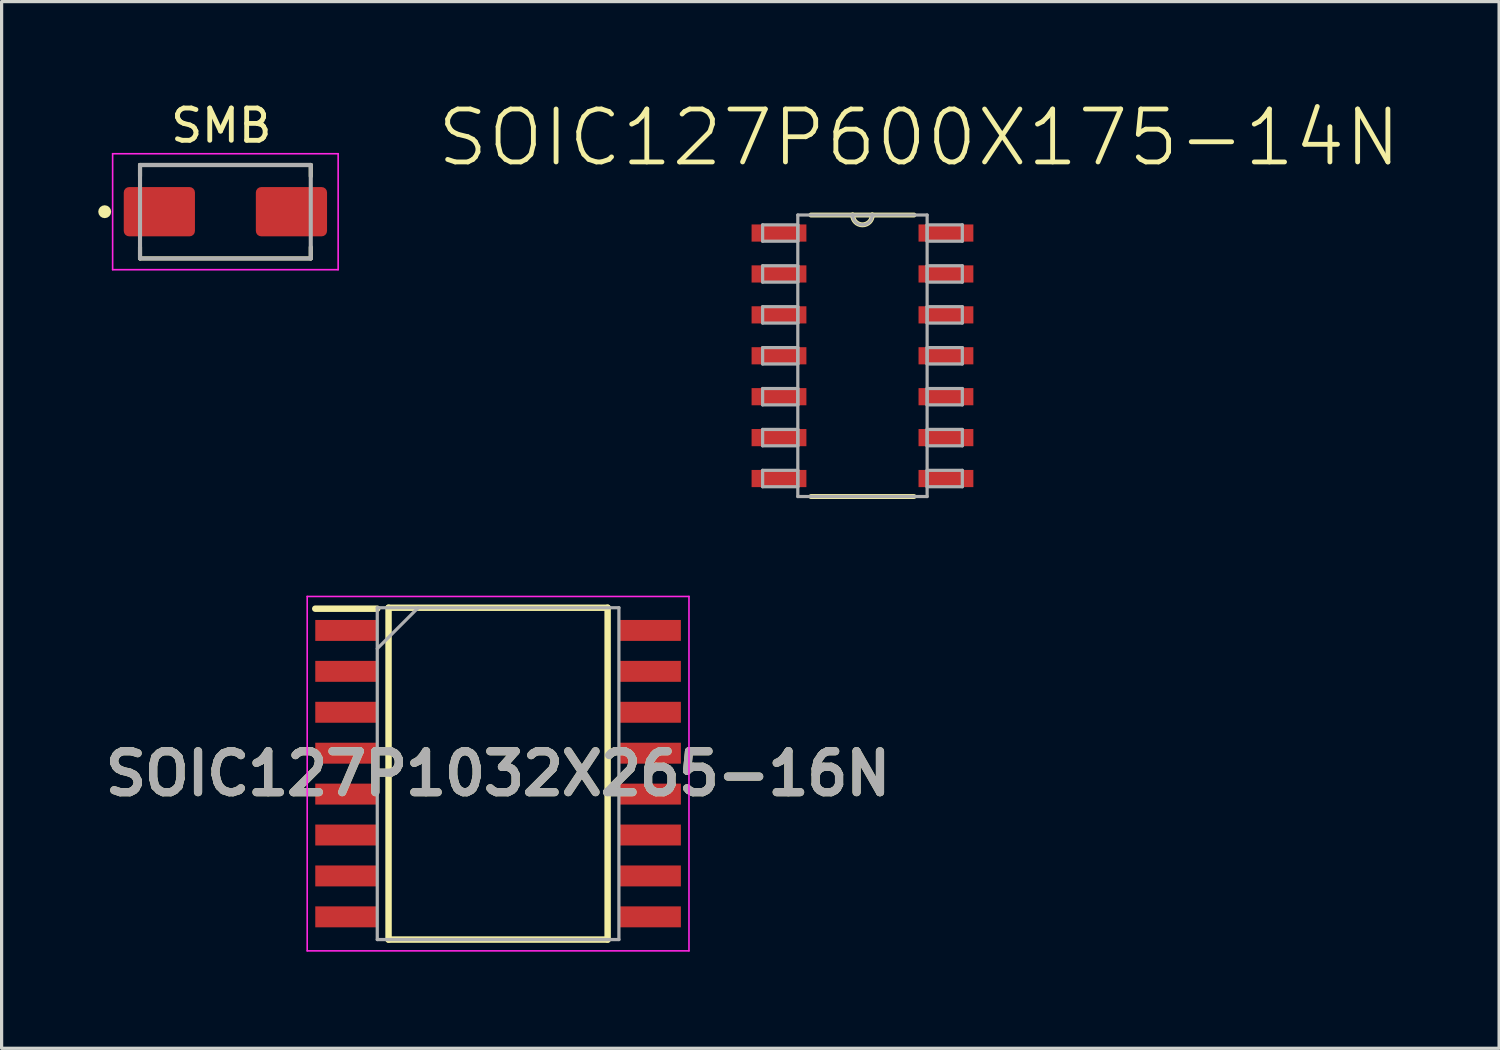
<source format=kicad_pcb>
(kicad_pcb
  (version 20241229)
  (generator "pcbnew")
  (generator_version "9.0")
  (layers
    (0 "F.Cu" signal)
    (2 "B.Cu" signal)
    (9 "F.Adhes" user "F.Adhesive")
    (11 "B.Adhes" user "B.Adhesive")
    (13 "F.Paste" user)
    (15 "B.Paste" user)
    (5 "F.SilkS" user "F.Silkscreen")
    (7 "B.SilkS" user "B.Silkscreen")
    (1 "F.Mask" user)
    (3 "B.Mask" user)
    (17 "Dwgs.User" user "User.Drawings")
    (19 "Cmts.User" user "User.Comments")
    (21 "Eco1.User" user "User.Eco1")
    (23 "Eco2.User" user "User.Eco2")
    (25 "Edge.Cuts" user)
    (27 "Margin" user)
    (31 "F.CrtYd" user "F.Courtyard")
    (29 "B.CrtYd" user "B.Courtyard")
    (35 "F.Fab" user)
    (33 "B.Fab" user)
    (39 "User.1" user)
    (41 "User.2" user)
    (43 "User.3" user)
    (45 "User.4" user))
  (footprint "SOIC127P1032X265-16N"
    (layer "F.Cu")
    (at 12.41 20.963)
    (property "Reference" "SOIC127P1032X265-16N" (at 0 0 0) (layer "F.SilkS") (effects (font (size 1.27 1.27) (thickness 0.254))))
    (attr smd)
    (fp_line (start -5.675 -5.12) (end -3.75 -5.12) (stroke (width 0.2) (type solid)) (layer "F.SilkS"))
    (fp_line (start -3.4 -5.15) (end 3.4 -5.15) (stroke (width 0.2) (type solid)) (layer "F.SilkS"))
    (fp_line (start -3.4 5.15) (end -3.4 -5.15) (stroke (width 0.2) (type solid)) (layer "F.SilkS"))
    (fp_line (start 3.4 -5.15) (end 3.4 5.15) (stroke (width 0.2) (type solid)) (layer "F.SilkS"))
    (fp_line (start 3.4 5.15) (end -3.4 5.15) (stroke (width 0.2) (type solid)) (layer "F.SilkS"))
    (fp_line (start -5.925 -5.5) (end 5.925 -5.5) (stroke (width 0.05) (type solid)) (layer "F.CrtYd"))
    (fp_line (start -5.925 5.5) (end -5.925 -5.5) (stroke (width 0.05) (type solid)) (layer "F.CrtYd"))
    (fp_line (start 5.925 -5.5) (end 5.925 5.5) (stroke (width 0.05) (type solid)) (layer "F.CrtYd"))
    (fp_line (start 5.925 5.5) (end -5.925 5.5) (stroke (width 0.05) (type solid)) (layer "F.CrtYd"))
    (fp_line (start -3.75 -5.15) (end 3.75 -5.15) (stroke (width 0.1) (type solid)) (layer "F.Fab"))
    (fp_line (start -3.75 -3.88) (end -2.48 -5.15) (stroke (width 0.1) (type solid)) (layer "F.Fab"))
    (fp_line (start -3.75 5.15) (end -3.75 -5.15) (stroke (width 0.1) (type solid)) (layer "F.Fab"))
    (fp_line (start 3.75 -5.15) (end 3.75 5.15) (stroke (width 0.1) (type solid)) (layer "F.Fab"))
    (fp_line (start 3.75 5.15) (end -3.75 5.15) (stroke (width 0.1) (type solid)) (layer "F.Fab"))
    (fp_text user "${REFERENCE}" (at 0 0 0) (layer "F.Fab") (effects (font (size 1.27 1.27) (thickness 0.254))))
    (pad "1" smd rect (at -4.712 -4.445 90) (size 0.65 1.925) (layers "F.Cu" "F.Mask" "F.Paste"))
    (pad "2" smd rect (at -4.712 -3.175 90) (size 0.65 1.925) (layers "F.Cu" "F.Mask" "F.Paste"))
    (pad "3" smd rect (at -4.712 -1.905 90) (size 0.65 1.925) (layers "F.Cu" "F.Mask" "F.Paste"))
    (pad "4" smd rect (at -4.712 -0.635 90) (size 0.65 1.925) (layers "F.Cu" "F.Mask" "F.Paste"))
    (pad "5" smd rect (at -4.712 0.635 90) (size 0.65 1.925) (layers "F.Cu" "F.Mask" "F.Paste"))
    (pad "6" smd rect (at -4.712 1.905 90) (size 0.65 1.925) (layers "F.Cu" "F.Mask" "F.Paste"))
    (pad "7" smd rect (at -4.712 3.175 90) (size 0.65 1.925) (layers "F.Cu" "F.Mask" "F.Paste"))
    (pad "8" smd rect (at -4.712 4.445 90) (size 0.65 1.925) (layers "F.Cu" "F.Mask" "F.Paste"))
    (pad "9" smd rect (at 4.712 4.445 90) (size 0.65 1.925) (layers "F.Cu" "F.Mask" "F.Paste"))
    (pad "10" smd rect (at 4.712 3.175 90) (size 0.65 1.925) (layers "F.Cu" "F.Mask" "F.Paste"))
    (pad "11" smd rect (at 4.712 1.905 90) (size 0.65 1.925) (layers "F.Cu" "F.Mask" "F.Paste"))
    (pad "12" smd rect (at 4.712 0.635 90) (size 0.65 1.925) (layers "F.Cu" "F.Mask" "F.Paste"))
    (pad "13" smd rect (at 4.712 -0.635 90) (size 0.65 1.925) (layers "F.Cu" "F.Mask" "F.Paste"))
    (pad "14" smd rect (at 4.712 -1.905 90) (size 0.65 1.925) (layers "F.Cu" "F.Mask" "F.Paste"))
    (pad "15" smd rect (at 4.712 -3.175 90) (size 0.65 1.925) (layers "F.Cu" "F.Mask" "F.Paste"))
    (pad "16" smd rect (at 4.712 -4.445 90) (size 0.65 1.925) (layers "F.Cu" "F.Mask" "F.Paste")))
  (footprint "SOIC127P600X175-14N"
    (layer "F.Cu")
    (at 23.72 7.993)
    (property "Reference" "SOIC127P600X175-14N" (at 1.756 -6.769 0) (layer "F.SilkS") (effects (font (size 1.643 1.643) (thickness 0.15))))
    (attr smd)
    (fp_line (start -1.6 4.369) (end 1.6 4.369) (stroke (width 0.152) (type solid)) (layer "F.SilkS"))
    (fp_line (start -0.305 -4.369) (end -1.6 -4.369) (stroke (width 0.152) (type solid)) (layer "F.SilkS"))
    (fp_line (start 0.305 -4.369) (end -0.305 -4.369) (stroke (width 0.152) (type solid)) (layer "F.SilkS"))
    (fp_line (start 1.6 -4.369) (end 0.305 -4.369) (stroke (width 0.152) (type solid)) (layer "F.SilkS"))
    (fp_arc (start 0.3048 -4.3688) (mid 0 -4.064) (end -0.3048 -4.3688) (stroke (width 0.1524) (type solid)) (layer "F.SilkS"))
    (fp_line (start -3.099 -4.064) (end -3.099 -3.556) (stroke (width 0.1) (type solid)) (layer "F.Fab"))
    (fp_line (start -3.099 -3.556) (end -2.007 -3.556) (stroke (width 0.1) (type solid)) (layer "F.Fab"))
    (fp_line (start -3.099 -2.794) (end -3.099 -2.286) (stroke (width 0.1) (type solid)) (layer "F.Fab"))
    (fp_line (start -3.099 -2.286) (end -2.007 -2.286) (stroke (width 0.1) (type solid)) (layer "F.Fab"))
    (fp_line (start -3.099 -1.524) (end -3.099 -1.016) (stroke (width 0.1) (type solid)) (layer "F.Fab"))
    (fp_line (start -3.099 -1.016) (end -2.007 -1.016) (stroke (width 0.1) (type solid)) (layer "F.Fab"))
    (fp_line (start -3.099 -0.254) (end -3.099 0.254) (stroke (width 0.1) (type solid)) (layer "F.Fab"))
    (fp_line (start -3.099 0.254) (end -2.007 0.254) (stroke (width 0.1) (type solid)) (layer "F.Fab"))
    (fp_line (start -3.099 1.016) (end -3.099 1.524) (stroke (width 0.1) (type solid)) (layer "F.Fab"))
    (fp_line (start -3.099 1.524) (end -2.007 1.524) (stroke (width 0.1) (type solid)) (layer "F.Fab"))
    (fp_line (start -3.099 2.286) (end -3.099 2.794) (stroke (width 0.1) (type solid)) (layer "F.Fab"))
    (fp_line (start -3.099 2.794) (end -2.007 2.794) (stroke (width 0.1) (type solid)) (layer "F.Fab"))
    (fp_line (start -3.099 3.556) (end -3.099 4.064) (stroke (width 0.1) (type solid)) (layer "F.Fab"))
    (fp_line (start -3.099 4.064) (end -2.007 4.064) (stroke (width 0.1) (type solid)) (layer "F.Fab"))
    (fp_line (start -2.007 -4.369) (end -2.007 4.369) (stroke (width 0.1) (type solid)) (layer "F.Fab"))
    (fp_line (start -2.007 -4.064) (end -3.099 -4.064) (stroke (width 0.1) (type solid)) (layer "F.Fab"))
    (fp_line (start -2.007 -3.556) (end -2.007 -4.064) (stroke (width 0.1) (type solid)) (layer "F.Fab"))
    (fp_line (start -2.007 -2.794) (end -3.099 -2.794) (stroke (width 0.1) (type solid)) (layer "F.Fab"))
    (fp_line (start -2.007 -2.286) (end -2.007 -2.794) (stroke (width 0.1) (type solid)) (layer "F.Fab"))
    (fp_line (start -2.007 -1.524) (end -3.099 -1.524) (stroke (width 0.1) (type solid)) (layer "F.Fab"))
    (fp_line (start -2.007 -1.016) (end -2.007 -1.524) (stroke (width 0.1) (type solid)) (layer "F.Fab"))
    (fp_line (start -2.007 -0.254) (end -3.099 -0.254) (stroke (width 0.1) (type solid)) (layer "F.Fab"))
    (fp_line (start -2.007 0.254) (end -2.007 -0.254) (stroke (width 0.1) (type solid)) (layer "F.Fab"))
    (fp_line (start -2.007 1.016) (end -3.099 1.016) (stroke (width 0.1) (type solid)) (layer "F.Fab"))
    (fp_line (start -2.007 1.524) (end -2.007 1.016) (stroke (width 0.1) (type solid)) (layer "F.Fab"))
    (fp_line (start -2.007 2.286) (end -3.099 2.286) (stroke (width 0.1) (type solid)) (layer "F.Fab"))
    (fp_line (start -2.007 2.794) (end -2.007 2.286) (stroke (width 0.1) (type solid)) (layer "F.Fab"))
    (fp_line (start -2.007 3.556) (end -3.099 3.556) (stroke (width 0.1) (type solid)) (layer "F.Fab"))
    (fp_line (start -2.007 4.064) (end -2.007 3.556) (stroke (width 0.1) (type solid)) (layer "F.Fab"))
    (fp_line (start -2.007 4.369) (end 2.007 4.369) (stroke (width 0.1) (type solid)) (layer "F.Fab"))
    (fp_line (start -0.305 -4.369) (end -2.007 -4.369) (stroke (width 0.1) (type solid)) (layer "F.Fab"))
    (fp_line (start 0.305 -4.369) (end -0.305 -4.369) (stroke (width 0.1) (type solid)) (layer "F.Fab"))
    (fp_line (start 2.007 -4.369) (end 0.305 -4.369) (stroke (width 0.1) (type solid)) (layer "F.Fab"))
    (fp_line (start 2.007 -4.064) (end 2.007 -3.556) (stroke (width 0.1) (type solid)) (layer "F.Fab"))
    (fp_line (start 2.007 -3.556) (end 3.099 -3.556) (stroke (width 0.1) (type solid)) (layer "F.Fab"))
    (fp_line (start 2.007 -2.794) (end 2.007 -2.286) (stroke (width 0.1) (type solid)) (layer "F.Fab"))
    (fp_line (start 2.007 -2.286) (end 3.099 -2.286) (stroke (width 0.1) (type solid)) (layer "F.Fab"))
    (fp_line (start 2.007 -1.524) (end 2.007 -1.016) (stroke (width 0.1) (type solid)) (layer "F.Fab"))
    (fp_line (start 2.007 -1.016) (end 3.099 -1.016) (stroke (width 0.1) (type solid)) (layer "F.Fab"))
    (fp_line (start 2.007 -0.254) (end 2.007 0.254) (stroke (width 0.1) (type solid)) (layer "F.Fab"))
    (fp_line (start 2.007 0.254) (end 3.099 0.254) (stroke (width 0.1) (type solid)) (layer "F.Fab"))
    (fp_line (start 2.007 1.016) (end 2.007 1.524) (stroke (width 0.1) (type solid)) (layer "F.Fab"))
    (fp_line (start 2.007 1.524) (end 3.099 1.524) (stroke (width 0.1) (type solid)) (layer "F.Fab"))
    (fp_line (start 2.007 2.286) (end 2.007 2.794) (stroke (width 0.1) (type solid)) (layer "F.Fab"))
    (fp_line (start 2.007 2.794) (end 3.099 2.794) (stroke (width 0.1) (type solid)) (layer "F.Fab"))
    (fp_line (start 2.007 3.556) (end 2.007 4.064) (stroke (width 0.1) (type solid)) (layer "F.Fab"))
    (fp_line (start 2.007 4.064) (end 3.099 4.064) (stroke (width 0.1) (type solid)) (layer "F.Fab"))
    (fp_line (start 2.007 4.369) (end 2.007 -4.369) (stroke (width 0.1) (type solid)) (layer "F.Fab"))
    (fp_line (start 3.099 -4.064) (end 2.007 -4.064) (stroke (width 0.1) (type solid)) (layer "F.Fab"))
    (fp_line (start 3.099 -3.556) (end 3.099 -4.064) (stroke (width 0.1) (type solid)) (layer "F.Fab"))
    (fp_line (start 3.099 -2.794) (end 2.007 -2.794) (stroke (width 0.1) (type solid)) (layer "F.Fab"))
    (fp_line (start 3.099 -2.286) (end 3.099 -2.794) (stroke (width 0.1) (type solid)) (layer "F.Fab"))
    (fp_line (start 3.099 -1.524) (end 2.007 -1.524) (stroke (width 0.1) (type solid)) (layer "F.Fab"))
    (fp_line (start 3.099 -1.016) (end 3.099 -1.524) (stroke (width 0.1) (type solid)) (layer "F.Fab"))
    (fp_line (start 3.099 -0.254) (end 2.007 -0.254) (stroke (width 0.1) (type solid)) (layer "F.Fab"))
    (fp_line (start 3.099 0.254) (end 3.099 -0.254) (stroke (width 0.1) (type solid)) (layer "F.Fab"))
    (fp_line (start 3.099 1.016) (end 2.007 1.016) (stroke (width 0.1) (type solid)) (layer "F.Fab"))
    (fp_line (start 3.099 1.524) (end 3.099 1.016) (stroke (width 0.1) (type solid)) (layer "F.Fab"))
    (fp_line (start 3.099 2.286) (end 2.007 2.286) (stroke (width 0.1) (type solid)) (layer "F.Fab"))
    (fp_line (start 3.099 2.794) (end 3.099 2.286) (stroke (width 0.1) (type solid)) (layer "F.Fab"))
    (fp_line (start 3.099 3.556) (end 2.007 3.556) (stroke (width 0.1) (type solid)) (layer "F.Fab"))
    (fp_line (start 3.099 4.064) (end 3.099 3.556) (stroke (width 0.1) (type solid)) (layer "F.Fab"))
    (fp_arc (start 0.3048 -4.3688) (mid 0 -4.064) (end -0.3048 -4.3688) (stroke (width 0.1) (type solid)) (layer "F.Fab"))
    (pad "1" smd rect (at -2.591 -3.81) (size 1.702 0.533) (layers "F.Cu" "F.Mask" "F.Paste"))
    (pad "2" smd rect (at -2.591 -2.54) (size 1.702 0.533) (layers "F.Cu" "F.Mask" "F.Paste"))
    (pad "3" smd rect (at -2.591 -1.27) (size 1.702 0.533) (layers "F.Cu" "F.Mask" "F.Paste"))
    (pad "4" smd rect (at -2.591 0) (size 1.702 0.533) (layers "F.Cu" "F.Mask" "F.Paste"))
    (pad "5" smd rect (at -2.591 1.27) (size 1.702 0.533) (layers "F.Cu" "F.Mask" "F.Paste"))
    (pad "6" smd rect (at -2.591 2.54) (size 1.702 0.533) (layers "F.Cu" "F.Mask" "F.Paste"))
    (pad "7" smd rect (at -2.591 3.81) (size 1.702 0.533) (layers "F.Cu" "F.Mask" "F.Paste"))
    (pad "8" smd rect (at 2.591 3.81) (size 1.702 0.533) (layers "F.Cu" "F.Mask" "F.Paste"))
    (pad "9" smd rect (at 2.591 2.54) (size 1.702 0.533) (layers "F.Cu" "F.Mask" "F.Paste"))
    (pad "10" smd rect (at 2.591 1.27) (size 1.702 0.533) (layers "F.Cu" "F.Mask" "F.Paste"))
    (pad "11" smd rect (at 2.591 0) (size 1.702 0.533) (layers "F.Cu" "F.Mask" "F.Paste"))
    (pad "12" smd rect (at 2.591 -1.27) (size 1.702 0.533) (layers "F.Cu" "F.Mask" "F.Paste"))
    (pad "13" smd rect (at 2.591 -2.54) (size 1.702 0.533) (layers "F.Cu" "F.Mask" "F.Paste"))
    (pad "14" smd rect (at 2.591 -3.81) (size 1.702 0.533) (layers "F.Cu" "F.Mask" "F.Paste")))
  (footprint "SMB"
    (layer "F.Cu")
    (at 3.946 3.521)
    (property "Reference" "SMB" (at -0.127 -2.672 0) (layer "F.SilkS") (effects (font (size 1.002 1.002) (thickness 0.15))))
    (attr smd)
    (fp_line (start -2.65 -1.45) (end 2.65 -1.45) (stroke (width 0.127) (type solid)) (layer "F.SilkS"))
    (fp_line (start -2.65 -1.1) (end -2.65 -1.45) (stroke (width 0.127) (type solid)) (layer "F.SilkS"))
    (fp_line (start -2.65 1.1) (end -2.65 1.45) (stroke (width 0.127) (type solid)) (layer "F.SilkS"))
    (fp_line (start -2.65 1.45) (end 2.65 1.45) (stroke (width 0.127) (type solid)) (layer "F.SilkS"))
    (fp_line (start 2.65 -1.45) (end 2.65 -1.1) (stroke (width 0.127) (type solid)) (layer "F.SilkS"))
    (fp_line (start 2.65 1.45) (end 2.65 1.1) (stroke (width 0.127) (type solid)) (layer "F.SilkS"))
    (fp_circle (center -3.746 0) (end -3.646 0) (stroke (width 0.2) (type solid)) (fill no) (layer "F.SilkS"))
    (fp_line (start -3.5 -1.8) (end 3.5 -1.8) (stroke (width 0.05) (type solid)) (layer "F.CrtYd"))
    (fp_line (start -3.5 1.8) (end -3.5 -1.8) (stroke (width 0.05) (type solid)) (layer "F.CrtYd"))
    (fp_line (start 3.5 -1.8) (end 3.5 1.8) (stroke (width 0.05) (type solid)) (layer "F.CrtYd"))
    (fp_line (start 3.5 1.8) (end -3.5 1.8) (stroke (width 0.05) (type solid)) (layer "F.CrtYd"))
    (fp_line (start -2.65 -1.45) (end 2.65 -1.45) (stroke (width 0.127) (type solid)) (layer "F.Fab"))
    (fp_line (start -2.65 1.45) (end -2.65 -1.45) (stroke (width 0.127) (type solid)) (layer "F.Fab"))
    (fp_line (start 2.65 -1.45) (end 2.65 1.45) (stroke (width 0.127) (type solid)) (layer "F.Fab"))
    (fp_line (start 2.65 1.45) (end -2.65 1.45) (stroke (width 0.127) (type solid)) (layer "F.Fab"))
    (pad "1" smd roundrect (at -2.05 0) (size 2.21 1.53) (layers "F.Cu" "F.Mask" "F.Paste") (roundrect_rratio 0.11))
    (pad "2" smd roundrect (at 2.05 0) (size 2.21 1.53) (layers "F.Cu" "F.Mask" "F.Paste") (roundrect_rratio 0.11)))
  (gr_rect
    (start -3 -3)
    (end 43.48 29.488)
    (stroke (width 0.1) (type default))
    (fill no)
    (layer "Edge.Cuts")))
</source>
